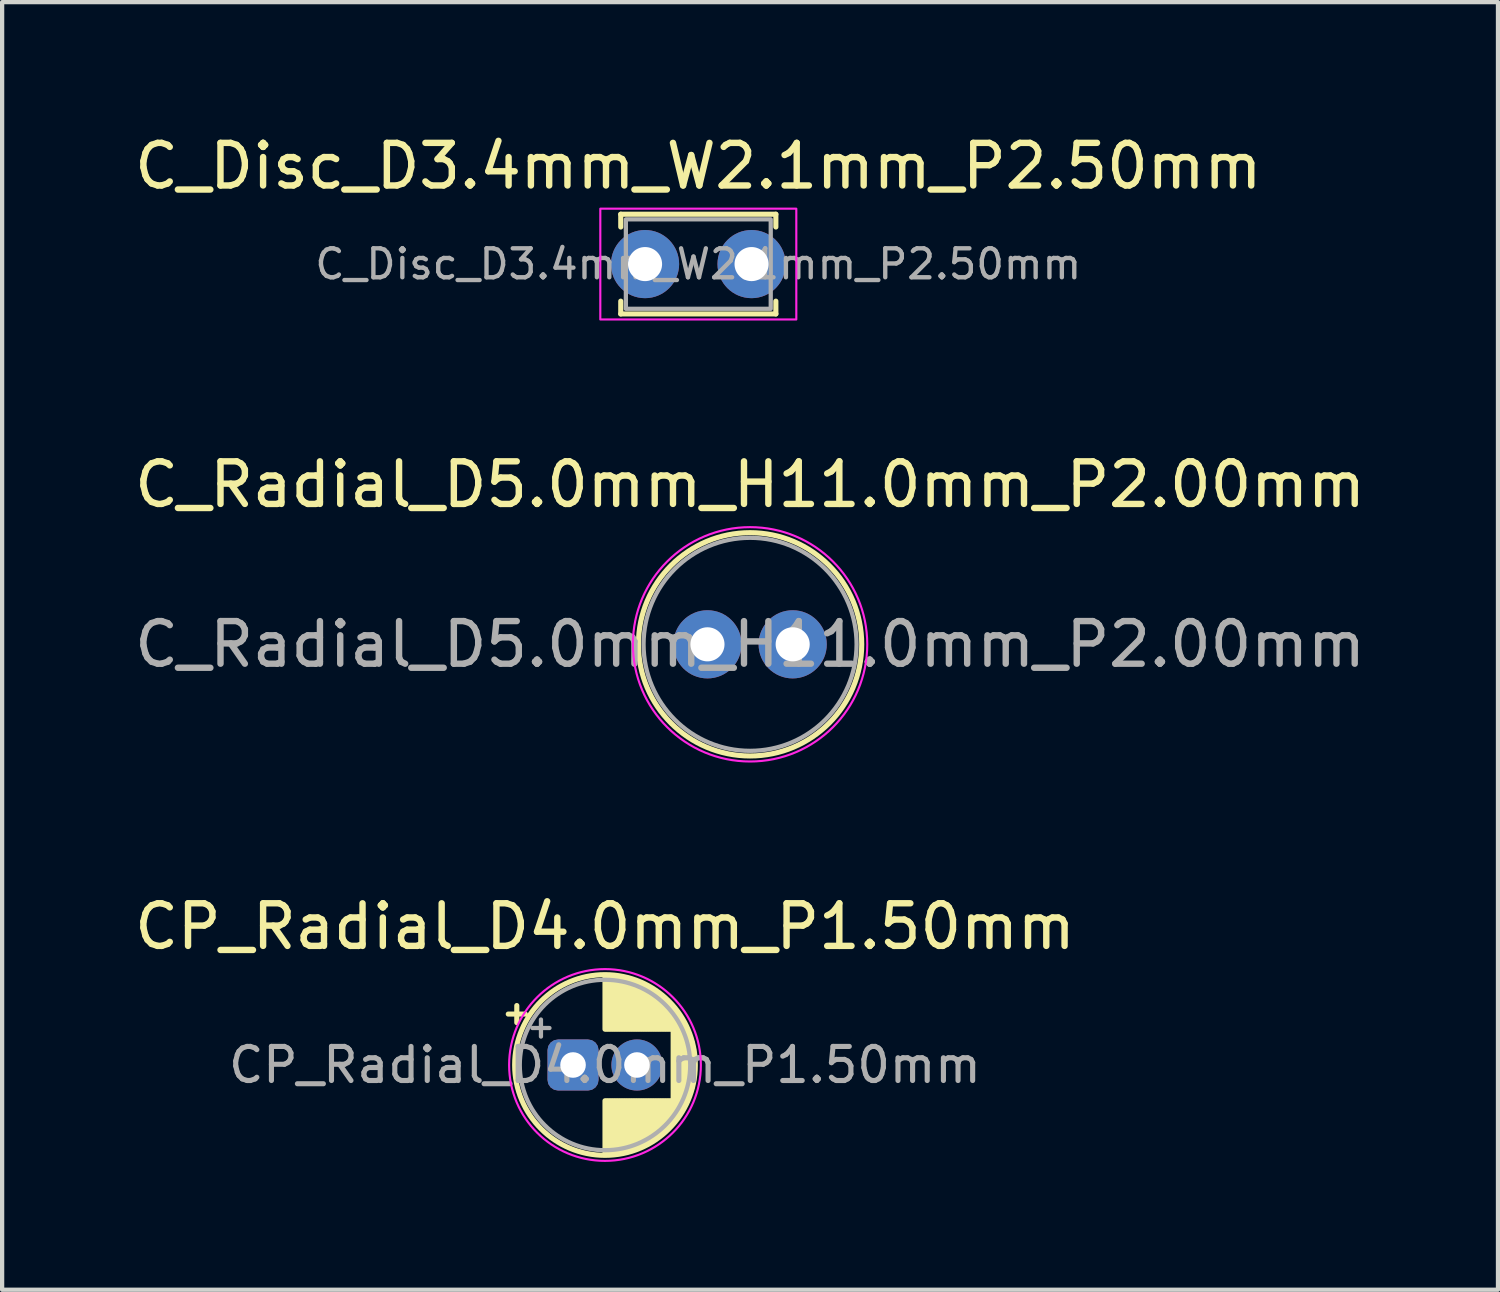
<source format=kicad_pcb>
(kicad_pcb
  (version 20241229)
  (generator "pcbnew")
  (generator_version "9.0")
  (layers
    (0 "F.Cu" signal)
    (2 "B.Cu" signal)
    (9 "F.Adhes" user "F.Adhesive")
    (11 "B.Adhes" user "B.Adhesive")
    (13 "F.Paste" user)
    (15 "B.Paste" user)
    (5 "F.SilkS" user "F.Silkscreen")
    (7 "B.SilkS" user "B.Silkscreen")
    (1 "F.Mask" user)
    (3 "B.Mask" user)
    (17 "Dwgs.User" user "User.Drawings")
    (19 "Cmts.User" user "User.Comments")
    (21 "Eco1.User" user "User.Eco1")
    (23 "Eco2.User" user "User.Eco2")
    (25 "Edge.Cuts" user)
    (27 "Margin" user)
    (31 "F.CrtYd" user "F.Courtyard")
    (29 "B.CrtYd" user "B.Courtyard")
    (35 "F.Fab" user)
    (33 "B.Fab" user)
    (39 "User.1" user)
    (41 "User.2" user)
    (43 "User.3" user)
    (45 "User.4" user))
  (footprint "C_Disc_D3.4mm_W2.1mm_P2.50mm"
    (layer "F.Cu")
    (at 12.089 3.148)
    (property "Reference" "C_Disc_D3.4mm_W2.1mm_P2.50mm" (at 1.25 -2.3 0) (layer "F.SilkS") (effects (font (size 1 1) (thickness 0.15))))
    (attr through_hole)
    (fp_line (start -0.57 -1.17) (end 3.07 -1.17) (stroke (width 0.12) (type solid)) (layer "F.SilkS"))
    (fp_line (start -0.57 -0.87) (end -0.57 -1.17) (stroke (width 0.12) (type solid)) (layer "F.SilkS"))
    (fp_line (start -0.57 1.17) (end -0.57 0.87) (stroke (width 0.12) (type solid)) (layer "F.SilkS"))
    (fp_line (start 3.07 -1.17) (end 3.07 -0.87) (stroke (width 0.12) (type solid)) (layer "F.SilkS"))
    (fp_line (start 3.07 0.87) (end 3.07 1.17) (stroke (width 0.12) (type solid)) (layer "F.SilkS"))
    (fp_line (start 3.07 1.17) (end -0.57 1.17) (stroke (width 0.12) (type solid)) (layer "F.SilkS"))
    (fp_rect (start -1.05 -1.3) (end 3.55 1.3) (stroke (width 0.05) (type solid)) (fill no) (layer "F.CrtYd"))
    (fp_rect (start -0.45 -1.05) (end 2.95 1.05) (stroke (width 0.1) (type solid)) (fill no) (layer "F.Fab"))
    (fp_text user "${REFERENCE}" (at 1.25 0 0) (layer "F.Fab") (effects (font (size 0.68 0.68) (thickness 0.102))))
    (pad "1" thru_hole circle (at 0 0) (size 1.6 1.6) (drill 0.8) (layers "*.Cu" "*.Mask"))
    (pad "2" thru_hole circle (at 2.5 0) (size 1.6 1.6) (drill 0.8) (layers "*.Cu" "*.Mask")))
  (footprint "CP_Radial_D4.0mm_P1.50mm"
    (layer "F.Cu")
    (at 10.399 21.945)
    (property "Reference" "CP_Radial_D4.0mm_P1.50mm" (at 0.75 -3.25 0) (layer "F.SilkS") (effects (font (size 1 1) (thickness 0.15))))
    (attr through_hole)
    (fp_line (start -1.52 -1.195) (end -1.12 -1.195) (stroke (width 0.12) (type solid)) (layer "F.SilkS"))
    (fp_line (start -1.32 -1.395) (end -1.32 -0.995) (stroke (width 0.12) (type solid)) (layer "F.SilkS"))
    (fp_line (start 0.75 -2.08) (end 0.75 -0.84) (stroke (width 0.12) (type solid)) (layer "F.SilkS"))
    (fp_line (start 0.75 0.84) (end 0.75 2.08) (stroke (width 0.12) (type solid)) (layer "F.SilkS"))
    (fp_line (start 0.79 -2.08) (end 0.79 -0.84) (stroke (width 0.12) (type solid)) (layer "F.SilkS"))
    (fp_line (start 0.79 0.84) (end 0.79 2.08) (stroke (width 0.12) (type solid)) (layer "F.SilkS"))
    (fp_line (start 0.83 -2.078) (end 0.83 -0.84) (stroke (width 0.12) (type solid)) (layer "F.SilkS"))
    (fp_line (start 0.83 0.84) (end 0.83 2.078) (stroke (width 0.12) (type solid)) (layer "F.SilkS"))
    (fp_line (start 0.87 -2.077) (end 0.87 -0.84) (stroke (width 0.12) (type solid)) (layer "F.SilkS"))
    (fp_line (start 0.87 0.84) (end 0.87 2.077) (stroke (width 0.12) (type solid)) (layer "F.SilkS"))
    (fp_line (start 0.91 -2.074) (end 0.91 -0.84) (stroke (width 0.12) (type solid)) (layer "F.SilkS"))
    (fp_line (start 0.91 0.84) (end 0.91 2.074) (stroke (width 0.12) (type solid)) (layer "F.SilkS"))
    (fp_line (start 0.95 -2.071) (end 0.95 -0.84) (stroke (width 0.12) (type solid)) (layer "F.SilkS"))
    (fp_line (start 0.95 0.84) (end 0.95 2.071) (stroke (width 0.12) (type solid)) (layer "F.SilkS"))
    (fp_line (start 0.99 -2.066) (end 0.99 -0.84) (stroke (width 0.12) (type solid)) (layer "F.SilkS"))
    (fp_line (start 0.99 0.84) (end 0.99 2.066) (stroke (width 0.12) (type solid)) (layer "F.SilkS"))
    (fp_line (start 1.03 -2.061) (end 1.03 -0.84) (stroke (width 0.12) (type solid)) (layer "F.SilkS"))
    (fp_line (start 1.03 0.84) (end 1.03 2.061) (stroke (width 0.12) (type solid)) (layer "F.SilkS"))
    (fp_line (start 1.07 -2.056) (end 1.07 -0.84) (stroke (width 0.12) (type solid)) (layer "F.SilkS"))
    (fp_line (start 1.07 0.84) (end 1.07 2.056) (stroke (width 0.12) (type solid)) (layer "F.SilkS"))
    (fp_line (start 1.11 -2.049) (end 1.11 -0.84) (stroke (width 0.12) (type solid)) (layer "F.SilkS"))
    (fp_line (start 1.11 0.84) (end 1.11 2.049) (stroke (width 0.12) (type solid)) (layer "F.SilkS"))
    (fp_line (start 1.15 -2.042) (end 1.15 -0.84) (stroke (width 0.12) (type solid)) (layer "F.SilkS"))
    (fp_line (start 1.15 0.84) (end 1.15 2.042) (stroke (width 0.12) (type solid)) (layer "F.SilkS"))
    (fp_line (start 1.19 -2.034) (end 1.19 -0.84) (stroke (width 0.12) (type solid)) (layer "F.SilkS"))
    (fp_line (start 1.19 0.84) (end 1.19 2.034) (stroke (width 0.12) (type solid)) (layer "F.SilkS"))
    (fp_line (start 1.23 -2.025) (end 1.23 -0.84) (stroke (width 0.12) (type solid)) (layer "F.SilkS"))
    (fp_line (start 1.23 0.84) (end 1.23 2.025) (stroke (width 0.12) (type solid)) (layer "F.SilkS"))
    (fp_line (start 1.27 -2.015) (end 1.27 -0.84) (stroke (width 0.12) (type solid)) (layer "F.SilkS"))
    (fp_line (start 1.27 0.84) (end 1.27 2.015) (stroke (width 0.12) (type solid)) (layer "F.SilkS"))
    (fp_line (start 1.31 -2.005) (end 1.31 -0.84) (stroke (width 0.12) (type solid)) (layer "F.SilkS"))
    (fp_line (start 1.31 0.84) (end 1.31 2.005) (stroke (width 0.12) (type solid)) (layer "F.SilkS"))
    (fp_line (start 1.35 -1.993) (end 1.35 -0.84) (stroke (width 0.12) (type solid)) (layer "F.SilkS"))
    (fp_line (start 1.35 0.84) (end 1.35 1.993) (stroke (width 0.12) (type solid)) (layer "F.SilkS"))
    (fp_line (start 1.39 -1.981) (end 1.39 -0.84) (stroke (width 0.12) (type solid)) (layer "F.SilkS"))
    (fp_line (start 1.39 0.84) (end 1.39 1.981) (stroke (width 0.12) (type solid)) (layer "F.SilkS"))
    (fp_line (start 1.43 -1.968) (end 1.43 -0.84) (stroke (width 0.12) (type solid)) (layer "F.SilkS"))
    (fp_line (start 1.43 0.84) (end 1.43 1.968) (stroke (width 0.12) (type solid)) (layer "F.SilkS"))
    (fp_line (start 1.47 -1.954) (end 1.47 -0.84) (stroke (width 0.12) (type solid)) (layer "F.SilkS"))
    (fp_line (start 1.47 0.84) (end 1.47 1.954) (stroke (width 0.12) (type solid)) (layer "F.SilkS"))
    (fp_line (start 1.51 -1.939) (end 1.51 -0.84) (stroke (width 0.12) (type solid)) (layer "F.SilkS"))
    (fp_line (start 1.51 0.84) (end 1.51 1.939) (stroke (width 0.12) (type solid)) (layer "F.SilkS"))
    (fp_line (start 1.55 -1.923) (end 1.55 -0.84) (stroke (width 0.12) (type solid)) (layer "F.SilkS"))
    (fp_line (start 1.55 0.84) (end 1.55 1.923) (stroke (width 0.12) (type solid)) (layer "F.SilkS"))
    (fp_line (start 1.59 -1.906) (end 1.59 -0.84) (stroke (width 0.12) (type solid)) (layer "F.SilkS"))
    (fp_line (start 1.59 0.84) (end 1.59 1.906) (stroke (width 0.12) (type solid)) (layer "F.SilkS"))
    (fp_line (start 1.63 -1.889) (end 1.63 -0.84) (stroke (width 0.12) (type solid)) (layer "F.SilkS"))
    (fp_line (start 1.63 0.84) (end 1.63 1.889) (stroke (width 0.12) (type solid)) (layer "F.SilkS"))
    (fp_line (start 1.67 -1.87) (end 1.67 -0.84) (stroke (width 0.12) (type solid)) (layer "F.SilkS"))
    (fp_line (start 1.67 0.84) (end 1.67 1.87) (stroke (width 0.12) (type solid)) (layer "F.SilkS"))
    (fp_line (start 1.71 -1.85) (end 1.71 -0.84) (stroke (width 0.12) (type solid)) (layer "F.SilkS"))
    (fp_line (start 1.71 0.84) (end 1.71 1.85) (stroke (width 0.12) (type solid)) (layer "F.SilkS"))
    (fp_line (start 1.75 -1.829) (end 1.75 -0.84) (stroke (width 0.12) (type solid)) (layer "F.SilkS"))
    (fp_line (start 1.75 0.84) (end 1.75 1.829) (stroke (width 0.12) (type solid)) (layer "F.SilkS"))
    (fp_line (start 1.79 -1.807) (end 1.79 -0.84) (stroke (width 0.12) (type solid)) (layer "F.SilkS"))
    (fp_line (start 1.79 0.84) (end 1.79 1.807) (stroke (width 0.12) (type solid)) (layer "F.SilkS"))
    (fp_line (start 1.83 -1.784) (end 1.83 -0.84) (stroke (width 0.12) (type solid)) (layer "F.SilkS"))
    (fp_line (start 1.83 0.84) (end 1.83 1.784) (stroke (width 0.12) (type solid)) (layer "F.SilkS"))
    (fp_line (start 1.87 -1.76) (end 1.87 -0.84) (stroke (width 0.12) (type solid)) (layer "F.SilkS"))
    (fp_line (start 1.87 0.84) (end 1.87 1.76) (stroke (width 0.12) (type solid)) (layer "F.SilkS"))
    (fp_line (start 1.91 -1.734) (end 1.91 -0.84) (stroke (width 0.12) (type solid)) (layer "F.SilkS"))
    (fp_line (start 1.91 0.84) (end 1.91 1.734) (stroke (width 0.12) (type solid)) (layer "F.SilkS"))
    (fp_line (start 1.95 -1.708) (end 1.95 -0.84) (stroke (width 0.12) (type solid)) (layer "F.SilkS"))
    (fp_line (start 1.95 0.84) (end 1.95 1.708) (stroke (width 0.12) (type solid)) (layer "F.SilkS"))
    (fp_line (start 1.99 -1.68) (end 1.99 -0.84) (stroke (width 0.12) (type solid)) (layer "F.SilkS"))
    (fp_line (start 1.99 0.84) (end 1.99 1.68) (stroke (width 0.12) (type solid)) (layer "F.SilkS"))
    (fp_line (start 2.03 -1.65) (end 2.03 -0.84) (stroke (width 0.12) (type solid)) (layer "F.SilkS"))
    (fp_line (start 2.03 0.84) (end 2.03 1.65) (stroke (width 0.12) (type solid)) (layer "F.SilkS"))
    (fp_line (start 2.07 -1.619) (end 2.07 -0.84) (stroke (width 0.12) (type solid)) (layer "F.SilkS"))
    (fp_line (start 2.07 0.84) (end 2.07 1.619) (stroke (width 0.12) (type solid)) (layer "F.SilkS"))
    (fp_line (start 2.11 -1.586) (end 2.11 -0.84) (stroke (width 0.12) (type solid)) (layer "F.SilkS"))
    (fp_line (start 2.11 0.84) (end 2.11 1.586) (stroke (width 0.12) (type solid)) (layer "F.SilkS"))
    (fp_line (start 2.15 -1.552) (end 2.15 -0.84) (stroke (width 0.12) (type solid)) (layer "F.SilkS"))
    (fp_line (start 2.15 0.84) (end 2.15 1.552) (stroke (width 0.12) (type solid)) (layer "F.SilkS"))
    (fp_line (start 2.19 -1.516) (end 2.19 -0.84) (stroke (width 0.12) (type solid)) (layer "F.SilkS"))
    (fp_line (start 2.19 0.84) (end 2.19 1.516) (stroke (width 0.12) (type solid)) (layer "F.SilkS"))
    (fp_line (start 2.23 -1.478) (end 2.23 -0.84) (stroke (width 0.12) (type solid)) (layer "F.SilkS"))
    (fp_line (start 2.23 0.84) (end 2.23 1.478) (stroke (width 0.12) (type solid)) (layer "F.SilkS"))
    (fp_line (start 2.27 -1.438) (end 2.27 -0.84) (stroke (width 0.12) (type solid)) (layer "F.SilkS"))
    (fp_line (start 2.27 0.84) (end 2.27 1.438) (stroke (width 0.12) (type solid)) (layer "F.SilkS"))
    (fp_line (start 2.31 -1.396) (end 2.31 -0.84) (stroke (width 0.12) (type solid)) (layer "F.SilkS"))
    (fp_line (start 2.31 0.84) (end 2.31 1.396) (stroke (width 0.12) (type solid)) (layer "F.SilkS"))
    (fp_line (start 2.35 -1.351) (end 2.35 1.351) (stroke (width 0.12) (type solid)) (layer "F.SilkS"))
    (fp_line (start 2.39 -1.303) (end 2.39 1.303) (stroke (width 0.12) (type solid)) (layer "F.SilkS"))
    (fp_line (start 2.43 -1.253) (end 2.43 1.253) (stroke (width 0.12) (type solid)) (layer "F.SilkS"))
    (fp_line (start 2.47 -1.199) (end 2.47 1.199) (stroke (width 0.12) (type solid)) (layer "F.SilkS"))
    (fp_line (start 2.51 -1.142) (end 2.51 1.142) (stroke (width 0.12) (type solid)) (layer "F.SilkS"))
    (fp_line (start 2.55 -1.08) (end 2.55 1.08) (stroke (width 0.12) (type solid)) (layer "F.SilkS"))
    (fp_line (start 2.59 -1.013) (end 2.59 1.013) (stroke (width 0.12) (type solid)) (layer "F.SilkS"))
    (fp_line (start 2.63 -0.94) (end 2.63 0.94) (stroke (width 0.12) (type solid)) (layer "F.SilkS"))
    (fp_line (start 2.67 -0.859) (end 2.67 0.859) (stroke (width 0.12) (type solid)) (layer "F.SilkS"))
    (fp_line (start 2.71 -0.768) (end 2.71 0.768) (stroke (width 0.12) (type solid)) (layer "F.SilkS"))
    (fp_line (start 2.75 -0.663) (end 2.75 0.663) (stroke (width 0.12) (type solid)) (layer "F.SilkS"))
    (fp_line (start 2.79 -0.537) (end 2.79 0.537) (stroke (width 0.12) (type solid)) (layer "F.SilkS"))
    (fp_line (start 2.83 -0.37) (end 2.83 0.37) (stroke (width 0.12) (type solid)) (layer "F.SilkS"))
    (fp_circle (center 0.75 0) (end 2.87 0) (stroke (width 0.12) (type solid)) (fill no) (layer "F.SilkS"))
    (fp_circle (center 0.75 0) (end 3 0) (stroke (width 0.05) (type solid)) (fill no) (layer "F.CrtYd"))
    (fp_line (start -0.953 -0.868) (end -0.553 -0.868) (stroke (width 0.1) (type solid)) (layer "F.Fab"))
    (fp_line (start -0.753 -1.067) (end -0.753 -0.667) (stroke (width 0.1) (type solid)) (layer "F.Fab"))
    (fp_circle (center 0.75 0) (end 2.75 0) (stroke (width 0.1) (type solid)) (fill no) (layer "F.Fab"))
    (fp_text user "${REFERENCE}" (at 0.75 0 0) (layer "F.Fab") (effects (font (size 0.8 0.8) (thickness 0.12))))
    (pad "1" thru_hole roundrect (at 0 0) (size 1.2 1.2) (drill 0.6) (layers "*.Cu" "*.Mask") (roundrect_rratio 0.208))
    (pad "2" thru_hole circle (at 1.5 0) (size 1.2 1.2) (drill 0.6) (layers "*.Cu" "*.Mask")))
  (footprint "C_Radial_D5.0mm_H11.0mm_P2.00mm"
    (layer "F.Cu")
    (at 13.554 12.072)
    (property "Reference" "C_Radial_D5.0mm_H11.0mm_P2.00mm" (at 1 -3.75 0) (layer "F.SilkS") (effects (font (size 1 1) (thickness 0.15))))
    (attr through_hole)
    (fp_circle (center 1 0) (end 3.62 0) (stroke (width 0.12) (type solid)) (fill no) (layer "F.SilkS"))
    (fp_circle (center 1 0) (end 3.75 0) (stroke (width 0.05) (type solid)) (fill no) (layer "F.CrtYd"))
    (fp_circle (center 1 0) (end 3.5 0) (stroke (width 0.1) (type solid)) (fill no) (layer "F.Fab"))
    (fp_text user "${REFERENCE}" (at 1 0 0) (layer "F.Fab") (effects (font (size 1 1) (thickness 0.15))))
    (pad "1" thru_hole circle (at 0 0) (size 1.6 1.6) (drill 0.8) (layers "*.Cu" "*.Mask"))
    (pad "2" thru_hole circle (at 2 0) (size 1.6 1.6) (drill 0.8) (layers "*.Cu" "*.Mask")))
  (gr_rect
    (start -3 -3)
    (end 32.107 27.22)
    (stroke (width 0.1) (type default))
    (fill no)
    (layer "Edge.Cuts")))
</source>
